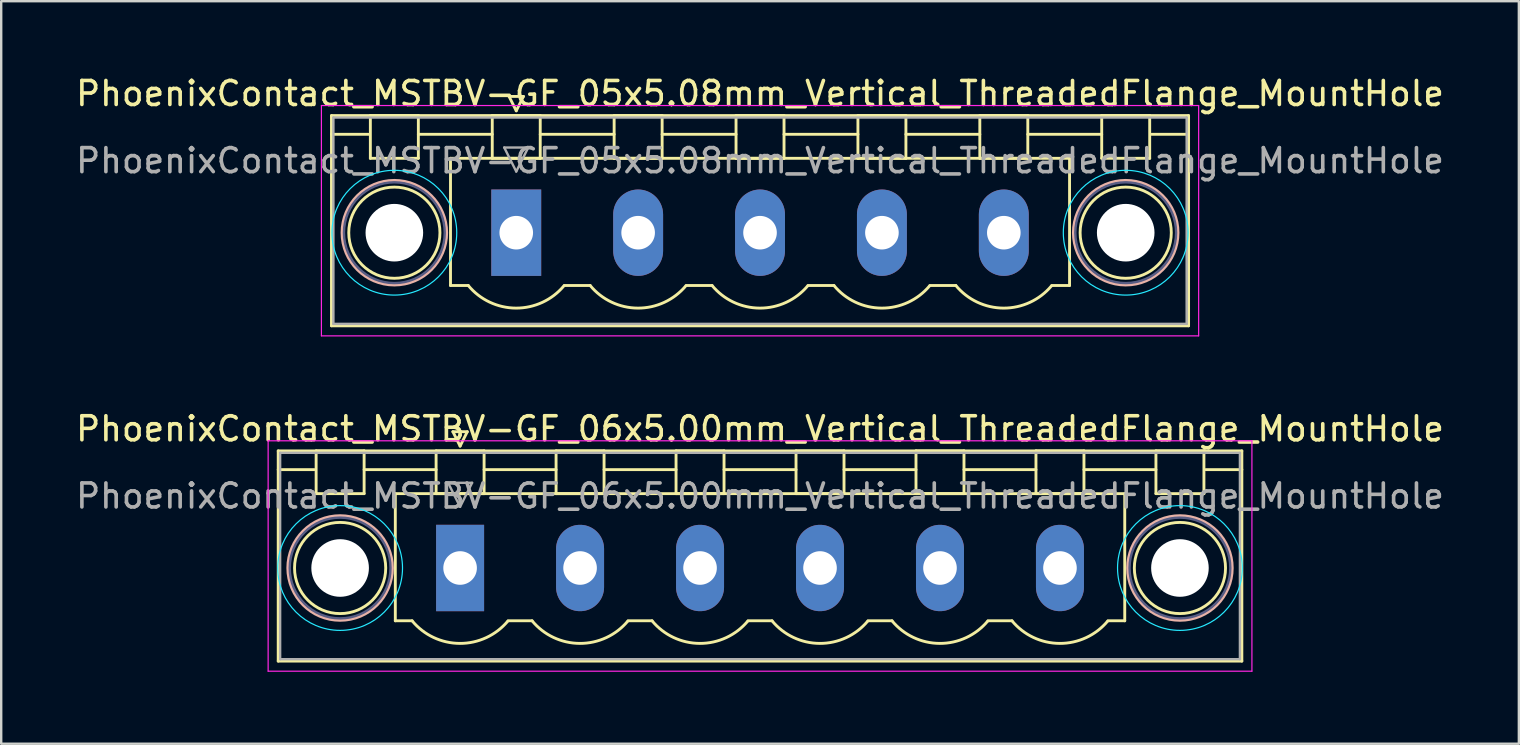
<source format=kicad_pcb>
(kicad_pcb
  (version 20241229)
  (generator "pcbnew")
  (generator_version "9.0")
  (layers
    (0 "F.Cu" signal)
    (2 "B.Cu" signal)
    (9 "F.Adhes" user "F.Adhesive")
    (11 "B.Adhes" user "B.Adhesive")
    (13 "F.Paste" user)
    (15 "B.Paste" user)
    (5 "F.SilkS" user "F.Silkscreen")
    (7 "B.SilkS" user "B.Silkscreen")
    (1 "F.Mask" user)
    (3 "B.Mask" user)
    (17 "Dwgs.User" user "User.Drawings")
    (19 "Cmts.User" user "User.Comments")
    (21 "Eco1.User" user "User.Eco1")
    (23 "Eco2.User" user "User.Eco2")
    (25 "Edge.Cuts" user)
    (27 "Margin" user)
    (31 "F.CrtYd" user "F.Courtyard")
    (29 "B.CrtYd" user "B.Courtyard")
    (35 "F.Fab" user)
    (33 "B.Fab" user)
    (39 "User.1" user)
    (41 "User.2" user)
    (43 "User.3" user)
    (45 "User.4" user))
  (footprint "PhoenixContact_MSTBV-GF_05x5.08mm_Vertical_ThreadedFlange_MountHole"
    (layer "F.Cu")
    (at 18.465 6.648)
    (property "Reference" "PhoenixContact_MSTBV-GF_05x5.08mm_Vertical_ThreadedFlange_MountHole" (at 10.16 -5.8 0) (layer "F.SilkS") (effects (font (size 1 1) (thickness 0.15))))
    (attr through_hole)
    (fp_line (start -7.7 -4.88) (end -7.7 3.88) (stroke (width 0.12) (type solid)) (layer "F.SilkS"))
    (fp_line (start -7.7 -4.1) (end -6.16 -4.1) (stroke (width 0.12) (type solid)) (layer "F.SilkS"))
    (fp_line (start -7.7 3.88) (end 28.02 3.88) (stroke (width 0.12) (type solid)) (layer "F.SilkS"))
    (fp_line (start -6.08 -4.88) (end -4.08 -4.88) (stroke (width 0.12) (type solid)) (layer "F.SilkS"))
    (fp_line (start -6.08 -3.1) (end -6.08 -4.88) (stroke (width 0.12) (type solid)) (layer "F.SilkS"))
    (fp_line (start -4.08 -4.88) (end -4.08 -3.1) (stroke (width 0.12) (type solid)) (layer "F.SilkS"))
    (fp_line (start -4.08 -4.1) (end -1 -4.1) (stroke (width 0.12) (type solid)) (layer "F.SilkS"))
    (fp_line (start -4.08 -3.1) (end -6.08 -3.1) (stroke (width 0.12) (type solid)) (layer "F.SilkS"))
    (fp_line (start -2.74 -3.1) (end 23.06 -3.1) (stroke (width 0.12) (type solid)) (layer "F.SilkS"))
    (fp_line (start -2.74 2.2) (end -2.74 -3.1) (stroke (width 0.12) (type solid)) (layer "F.SilkS"))
    (fp_line (start -2 2.2) (end -2.74 2.2) (stroke (width 0.12) (type solid)) (layer "F.SilkS"))
    (fp_line (start -1 -4.88) (end 1 -4.88) (stroke (width 0.12) (type solid)) (layer "F.SilkS"))
    (fp_line (start -1 -3.1) (end -1 -4.88) (stroke (width 0.12) (type solid)) (layer "F.SilkS"))
    (fp_line (start -0.3 -5.68) (end 0.3 -5.68) (stroke (width 0.12) (type solid)) (layer "F.SilkS"))
    (fp_line (start 0 -5.08) (end -0.3 -5.68) (stroke (width 0.12) (type solid)) (layer "F.SilkS"))
    (fp_line (start 0.3 -5.68) (end 0 -5.08) (stroke (width 0.12) (type solid)) (layer "F.SilkS"))
    (fp_line (start 1 -4.88) (end 1 -3.1) (stroke (width 0.12) (type solid)) (layer "F.SilkS"))
    (fp_line (start 1 -4.1) (end 4.08 -4.1) (stroke (width 0.12) (type solid)) (layer "F.SilkS"))
    (fp_line (start 1 -3.1) (end -1 -3.1) (stroke (width 0.12) (type solid)) (layer "F.SilkS"))
    (fp_line (start 2 2.2) (end 3.08 2.2) (stroke (width 0.12) (type solid)) (layer "F.SilkS"))
    (fp_line (start 4.08 -4.88) (end 6.08 -4.88) (stroke (width 0.12) (type solid)) (layer "F.SilkS"))
    (fp_line (start 4.08 -3.1) (end 4.08 -4.88) (stroke (width 0.12) (type solid)) (layer "F.SilkS"))
    (fp_line (start 6.08 -4.88) (end 6.08 -3.1) (stroke (width 0.12) (type solid)) (layer "F.SilkS"))
    (fp_line (start 6.08 -4.1) (end 9.16 -4.1) (stroke (width 0.12) (type solid)) (layer "F.SilkS"))
    (fp_line (start 6.08 -3.1) (end 4.08 -3.1) (stroke (width 0.12) (type solid)) (layer "F.SilkS"))
    (fp_line (start 7.08 2.2) (end 8.16 2.2) (stroke (width 0.12) (type solid)) (layer "F.SilkS"))
    (fp_line (start 9.16 -4.88) (end 11.16 -4.88) (stroke (width 0.12) (type solid)) (layer "F.SilkS"))
    (fp_line (start 9.16 -3.1) (end 9.16 -4.88) (stroke (width 0.12) (type solid)) (layer "F.SilkS"))
    (fp_line (start 11.16 -4.88) (end 11.16 -3.1) (stroke (width 0.12) (type solid)) (layer "F.SilkS"))
    (fp_line (start 11.16 -4.1) (end 14.24 -4.1) (stroke (width 0.12) (type solid)) (layer "F.SilkS"))
    (fp_line (start 11.16 -3.1) (end 9.16 -3.1) (stroke (width 0.12) (type solid)) (layer "F.SilkS"))
    (fp_line (start 12.16 2.2) (end 13.24 2.2) (stroke (width 0.12) (type solid)) (layer "F.SilkS"))
    (fp_line (start 14.24 -4.88) (end 16.24 -4.88) (stroke (width 0.12) (type solid)) (layer "F.SilkS"))
    (fp_line (start 14.24 -3.1) (end 14.24 -4.88) (stroke (width 0.12) (type solid)) (layer "F.SilkS"))
    (fp_line (start 16.24 -4.88) (end 16.24 -3.1) (stroke (width 0.12) (type solid)) (layer "F.SilkS"))
    (fp_line (start 16.24 -4.1) (end 19.32 -4.1) (stroke (width 0.12) (type solid)) (layer "F.SilkS"))
    (fp_line (start 16.24 -3.1) (end 14.24 -3.1) (stroke (width 0.12) (type solid)) (layer "F.SilkS"))
    (fp_line (start 17.24 2.2) (end 18.32 2.2) (stroke (width 0.12) (type solid)) (layer "F.SilkS"))
    (fp_line (start 19.32 -4.88) (end 21.32 -4.88) (stroke (width 0.12) (type solid)) (layer "F.SilkS"))
    (fp_line (start 19.32 -3.1) (end 19.32 -4.88) (stroke (width 0.12) (type solid)) (layer "F.SilkS"))
    (fp_line (start 21.32 -4.88) (end 21.32 -3.1) (stroke (width 0.12) (type solid)) (layer "F.SilkS"))
    (fp_line (start 21.32 -4.1) (end 24.4 -4.1) (stroke (width 0.12) (type solid)) (layer "F.SilkS"))
    (fp_line (start 21.32 -3.1) (end 19.32 -3.1) (stroke (width 0.12) (type solid)) (layer "F.SilkS"))
    (fp_line (start 23.06 -3.1) (end 23.06 2.2) (stroke (width 0.12) (type solid)) (layer "F.SilkS"))
    (fp_line (start 23.06 2.2) (end 22.32 2.2) (stroke (width 0.12) (type solid)) (layer "F.SilkS"))
    (fp_line (start 24.4 -4.88) (end 26.4 -4.88) (stroke (width 0.12) (type solid)) (layer "F.SilkS"))
    (fp_line (start 24.4 -3.1) (end 24.4 -4.88) (stroke (width 0.12) (type solid)) (layer "F.SilkS"))
    (fp_line (start 26.4 -4.88) (end 26.4 -3.1) (stroke (width 0.12) (type solid)) (layer "F.SilkS"))
    (fp_line (start 26.4 -3.1) (end 24.4 -3.1) (stroke (width 0.12) (type solid)) (layer "F.SilkS"))
    (fp_line (start 28.02 -4.88) (end -7.7 -4.88) (stroke (width 0.12) (type solid)) (layer "F.SilkS"))
    (fp_line (start 28.02 -4.1) (end 26.48 -4.1) (stroke (width 0.12) (type solid)) (layer "F.SilkS"))
    (fp_line (start 28.02 3.88) (end 28.02 -4.88) (stroke (width 0.12) (type solid)) (layer "F.SilkS"))
    (fp_arc (start 1.986842 2.215821) (mid -0.010289 3.142758) (end -2 2.2) (stroke (width 0.12) (type solid)) (layer "F.SilkS"))
    (fp_arc (start 7.066842 2.215821) (mid 5.069711 3.142758) (end 3.08 2.2) (stroke (width 0.12) (type solid)) (layer "F.SilkS"))
    (fp_arc (start 12.146842 2.215821) (mid 10.149711 3.142758) (end 8.16 2.2) (stroke (width 0.12) (type solid)) (layer "F.SilkS"))
    (fp_arc (start 17.226842 2.215821) (mid 15.229711 3.142758) (end 13.24 2.2) (stroke (width 0.12) (type solid)) (layer "F.SilkS"))
    (fp_arc (start 22.306842 2.215821) (mid 20.309711 3.142758) (end 18.32 2.2) (stroke (width 0.12) (type solid)) (layer "F.SilkS"))
    (fp_circle (center -5.08 0) (end -3.18 0) (stroke (width 0.12) (type solid)) (fill no) (layer "F.SilkS"))
    (fp_circle (center 25.4 0) (end 27.3 0) (stroke (width 0.12) (type solid)) (fill no) (layer "F.SilkS"))
    (fp_circle (center -5.08 0) (end -2.9 0) (stroke (width 0.12) (type solid)) (fill no) (layer "B.SilkS"))
    (fp_circle (center 25.4 0) (end 27.58 0) (stroke (width 0.12) (type solid)) (fill no) (layer "B.SilkS"))
    (fp_circle (center -5.08 0) (end -2.48 0) (stroke (width 0.05) (type solid)) (fill no) (layer "B.CrtYd"))
    (fp_circle (center 25.4 0) (end 28 0) (stroke (width 0.05) (type solid)) (fill no) (layer "B.CrtYd"))
    (fp_line (start -8.12 -5.3) (end -8.12 4.3) (stroke (width 0.05) (type solid)) (layer "F.CrtYd"))
    (fp_line (start -8.12 4.3) (end 28.44 4.3) (stroke (width 0.05) (type solid)) (layer "F.CrtYd"))
    (fp_line (start 28.44 -5.3) (end -8.12 -5.3) (stroke (width 0.05) (type solid)) (layer "F.CrtYd"))
    (fp_line (start 28.44 4.3) (end 28.44 -5.3) (stroke (width 0.05) (type solid)) (layer "F.CrtYd"))
    (fp_circle (center -5.08 0) (end -2.98 0) (stroke (width 0.1) (type solid)) (fill no) (layer "B.Fab"))
    (fp_circle (center 25.4 0) (end 27.5 0) (stroke (width 0.1) (type solid)) (fill no) (layer "B.Fab"))
    (fp_line (start -7.62 -4.8) (end -7.62 3.8) (stroke (width 0.1) (type solid)) (layer "F.Fab"))
    (fp_line (start -7.62 3.8) (end 27.94 3.8) (stroke (width 0.1) (type solid)) (layer "F.Fab"))
    (fp_line (start -0.5 -3.55) (end 0.5 -3.55) (stroke (width 0.1) (type solid)) (layer "F.Fab"))
    (fp_line (start 0 -2.55) (end -0.5 -3.55) (stroke (width 0.1) (type solid)) (layer "F.Fab"))
    (fp_line (start 0.5 -3.55) (end 0 -2.55) (stroke (width 0.1) (type solid)) (layer "F.Fab"))
    (fp_line (start 27.94 -4.8) (end -7.62 -4.8) (stroke (width 0.1) (type solid)) (layer "F.Fab"))
    (fp_line (start 27.94 3.8) (end 27.94 -4.8) (stroke (width 0.1) (type solid)) (layer "F.Fab"))
    (fp_text user "${REFERENCE}" (at 10.16 -3 0) (layer "F.Fab") (effects (font (size 1 1) (thickness 0.15))))
    (pad "" np_thru_hole circle (at -5.08 0) (size 2.4 2.4) (drill 2.4) (layers "*.Cu" "*.Mask"))
    (pad "" np_thru_hole circle (at 25.4 0) (size 2.4 2.4) (drill 2.4) (layers "*.Cu" "*.Mask"))
    (pad "1" thru_hole rect (at 0 0) (size 2.08 3.6) (drill 1.4) (layers "*.Cu" "*.Mask"))
    (pad "2" thru_hole oval (at 5.08 0) (size 2.08 3.6) (drill 1.4) (layers "*.Cu" "*.Mask"))
    (pad "3" thru_hole oval (at 10.16 0) (size 2.08 3.6) (drill 1.4) (layers "*.Cu" "*.Mask"))
    (pad "4" thru_hole oval (at 15.24 0) (size 2.08 3.6) (drill 1.4) (layers "*.Cu" "*.Mask"))
    (pad "5" thru_hole oval (at 20.32 0) (size 2.08 3.6) (drill 1.4) (layers "*.Cu" "*.Mask")))
  (footprint "PhoenixContact_MSTBV-GF_06x5.00mm_Vertical_ThreadedFlange_MountHole"
    (layer "F.Cu")
    (at 16.125 20.622)
    (property "Reference" "PhoenixContact_MSTBV-GF_06x5.00mm_Vertical_ThreadedFlange_MountHole" (at 12.5 -5.8 0) (layer "F.SilkS") (effects (font (size 1 1) (thickness 0.15))))
    (attr through_hole)
    (fp_line (start -7.58 -4.88) (end -7.58 3.88) (stroke (width 0.12) (type solid)) (layer "F.SilkS"))
    (fp_line (start -7.58 -4.1) (end -6.08 -4.1) (stroke (width 0.12) (type solid)) (layer "F.SilkS"))
    (fp_line (start -7.58 3.88) (end 32.58 3.88) (stroke (width 0.12) (type solid)) (layer "F.SilkS"))
    (fp_line (start -6 -4.88) (end -4 -4.88) (stroke (width 0.12) (type solid)) (layer "F.SilkS"))
    (fp_line (start -6 -3.1) (end -6 -4.88) (stroke (width 0.12) (type solid)) (layer "F.SilkS"))
    (fp_line (start -4 -4.88) (end -4 -3.1) (stroke (width 0.12) (type solid)) (layer "F.SilkS"))
    (fp_line (start -4 -4.1) (end -1 -4.1) (stroke (width 0.12) (type solid)) (layer "F.SilkS"))
    (fp_line (start -4 -3.1) (end -6 -3.1) (stroke (width 0.12) (type solid)) (layer "F.SilkS"))
    (fp_line (start -2.7 -3.1) (end 27.7 -3.1) (stroke (width 0.12) (type solid)) (layer "F.SilkS"))
    (fp_line (start -2.7 2.2) (end -2.7 -3.1) (stroke (width 0.12) (type solid)) (layer "F.SilkS"))
    (fp_line (start -2 2.2) (end -2.7 2.2) (stroke (width 0.12) (type solid)) (layer "F.SilkS"))
    (fp_line (start -1 -4.88) (end 1 -4.88) (stroke (width 0.12) (type solid)) (layer "F.SilkS"))
    (fp_line (start -1 -3.1) (end -1 -4.88) (stroke (width 0.12) (type solid)) (layer "F.SilkS"))
    (fp_line (start -0.3 -5.68) (end 0.3 -5.68) (stroke (width 0.12) (type solid)) (layer "F.SilkS"))
    (fp_line (start 0 -5.08) (end -0.3 -5.68) (stroke (width 0.12) (type solid)) (layer "F.SilkS"))
    (fp_line (start 0.3 -5.68) (end 0 -5.08) (stroke (width 0.12) (type solid)) (layer "F.SilkS"))
    (fp_line (start 1 -4.88) (end 1 -3.1) (stroke (width 0.12) (type solid)) (layer "F.SilkS"))
    (fp_line (start 1 -4.1) (end 4 -4.1) (stroke (width 0.12) (type solid)) (layer "F.SilkS"))
    (fp_line (start 1 -3.1) (end -1 -3.1) (stroke (width 0.12) (type solid)) (layer "F.SilkS"))
    (fp_line (start 2 2.2) (end 3 2.2) (stroke (width 0.12) (type solid)) (layer "F.SilkS"))
    (fp_line (start 4 -4.88) (end 6 -4.88) (stroke (width 0.12) (type solid)) (layer "F.SilkS"))
    (fp_line (start 4 -3.1) (end 4 -4.88) (stroke (width 0.12) (type solid)) (layer "F.SilkS"))
    (fp_line (start 6 -4.88) (end 6 -3.1) (stroke (width 0.12) (type solid)) (layer "F.SilkS"))
    (fp_line (start 6 -4.1) (end 9 -4.1) (stroke (width 0.12) (type solid)) (layer "F.SilkS"))
    (fp_line (start 6 -3.1) (end 4 -3.1) (stroke (width 0.12) (type solid)) (layer "F.SilkS"))
    (fp_line (start 7 2.2) (end 8 2.2) (stroke (width 0.12) (type solid)) (layer "F.SilkS"))
    (fp_line (start 9 -4.88) (end 11 -4.88) (stroke (width 0.12) (type solid)) (layer "F.SilkS"))
    (fp_line (start 9 -3.1) (end 9 -4.88) (stroke (width 0.12) (type solid)) (layer "F.SilkS"))
    (fp_line (start 11 -4.88) (end 11 -3.1) (stroke (width 0.12) (type solid)) (layer "F.SilkS"))
    (fp_line (start 11 -4.1) (end 14 -4.1) (stroke (width 0.12) (type solid)) (layer "F.SilkS"))
    (fp_line (start 11 -3.1) (end 9 -3.1) (stroke (width 0.12) (type solid)) (layer "F.SilkS"))
    (fp_line (start 12 2.2) (end 13 2.2) (stroke (width 0.12) (type solid)) (layer "F.SilkS"))
    (fp_line (start 14 -4.88) (end 16 -4.88) (stroke (width 0.12) (type solid)) (layer "F.SilkS"))
    (fp_line (start 14 -3.1) (end 14 -4.88) (stroke (width 0.12) (type solid)) (layer "F.SilkS"))
    (fp_line (start 16 -4.88) (end 16 -3.1) (stroke (width 0.12) (type solid)) (layer "F.SilkS"))
    (fp_line (start 16 -4.1) (end 19 -4.1) (stroke (width 0.12) (type solid)) (layer "F.SilkS"))
    (fp_line (start 16 -3.1) (end 14 -3.1) (stroke (width 0.12) (type solid)) (layer "F.SilkS"))
    (fp_line (start 17 2.2) (end 18 2.2) (stroke (width 0.12) (type solid)) (layer "F.SilkS"))
    (fp_line (start 19 -4.88) (end 21 -4.88) (stroke (width 0.12) (type solid)) (layer "F.SilkS"))
    (fp_line (start 19 -3.1) (end 19 -4.88) (stroke (width 0.12) (type solid)) (layer "F.SilkS"))
    (fp_line (start 21 -4.88) (end 21 -3.1) (stroke (width 0.12) (type solid)) (layer "F.SilkS"))
    (fp_line (start 21 -4.1) (end 24 -4.1) (stroke (width 0.12) (type solid)) (layer "F.SilkS"))
    (fp_line (start 21 -3.1) (end 19 -3.1) (stroke (width 0.12) (type solid)) (layer "F.SilkS"))
    (fp_line (start 22 2.2) (end 23 2.2) (stroke (width 0.12) (type solid)) (layer "F.SilkS"))
    (fp_line (start 24 -4.88) (end 26 -4.88) (stroke (width 0.12) (type solid)) (layer "F.SilkS"))
    (fp_line (start 24 -3.1) (end 24 -4.88) (stroke (width 0.12) (type solid)) (layer "F.SilkS"))
    (fp_line (start 26 -4.88) (end 26 -3.1) (stroke (width 0.12) (type solid)) (layer "F.SilkS"))
    (fp_line (start 26 -4.1) (end 29 -4.1) (stroke (width 0.12) (type solid)) (layer "F.SilkS"))
    (fp_line (start 26 -3.1) (end 24 -3.1) (stroke (width 0.12) (type solid)) (layer "F.SilkS"))
    (fp_line (start 27.7 -3.1) (end 27.7 2.2) (stroke (width 0.12) (type solid)) (layer "F.SilkS"))
    (fp_line (start 27.7 2.2) (end 27 2.2) (stroke (width 0.12) (type solid)) (layer "F.SilkS"))
    (fp_line (start 29 -4.88) (end 31 -4.88) (stroke (width 0.12) (type solid)) (layer "F.SilkS"))
    (fp_line (start 29 -3.1) (end 29 -4.88) (stroke (width 0.12) (type solid)) (layer "F.SilkS"))
    (fp_line (start 31 -4.88) (end 31 -3.1) (stroke (width 0.12) (type solid)) (layer "F.SilkS"))
    (fp_line (start 31 -3.1) (end 29 -3.1) (stroke (width 0.12) (type solid)) (layer "F.SilkS"))
    (fp_line (start 32.58 -4.88) (end -7.58 -4.88) (stroke (width 0.12) (type solid)) (layer "F.SilkS"))
    (fp_line (start 32.58 -4.1) (end 31.08 -4.1) (stroke (width 0.12) (type solid)) (layer "F.SilkS"))
    (fp_line (start 32.58 3.88) (end 32.58 -4.88) (stroke (width 0.12) (type solid)) (layer "F.SilkS"))
    (fp_arc (start 1.986842 2.215821) (mid -0.010289 3.142758) (end -2 2.2) (stroke (width 0.12) (type solid)) (layer "F.SilkS"))
    (fp_arc (start 6.986842 2.215821) (mid 4.989711 3.142758) (end 3 2.2) (stroke (width 0.12) (type solid)) (layer "F.SilkS"))
    (fp_arc (start 11.986842 2.215821) (mid 9.989711 3.142758) (end 8 2.2) (stroke (width 0.12) (type solid)) (layer "F.SilkS"))
    (fp_arc (start 16.986842 2.215821) (mid 14.989711 3.142758) (end 13 2.2) (stroke (width 0.12) (type solid)) (layer "F.SilkS"))
    (fp_arc (start 21.986842 2.215821) (mid 19.989711 3.142758) (end 18 2.2) (stroke (width 0.12) (type solid)) (layer "F.SilkS"))
    (fp_arc (start 26.986842 2.215821) (mid 24.989711 3.142758) (end 23 2.2) (stroke (width 0.12) (type solid)) (layer "F.SilkS"))
    (fp_circle (center -5 0) (end -3.1 0) (stroke (width 0.12) (type solid)) (fill no) (layer "F.SilkS"))
    (fp_circle (center 30 0) (end 31.9 0) (stroke (width 0.12) (type solid)) (fill no) (layer "F.SilkS"))
    (fp_circle (center -5 0) (end -2.82 0) (stroke (width 0.12) (type solid)) (fill no) (layer "B.SilkS"))
    (fp_circle (center 30 0) (end 32.18 0) (stroke (width 0.12) (type solid)) (fill no) (layer "B.SilkS"))
    (fp_circle (center -5 0) (end -2.4 0) (stroke (width 0.05) (type solid)) (fill no) (layer "B.CrtYd"))
    (fp_circle (center 30 0) (end 32.6 0) (stroke (width 0.05) (type solid)) (fill no) (layer "B.CrtYd"))
    (fp_line (start -8 -5.3) (end -8 4.3) (stroke (width 0.05) (type solid)) (layer "F.CrtYd"))
    (fp_line (start -8 4.3) (end 33 4.3) (stroke (width 0.05) (type solid)) (layer "F.CrtYd"))
    (fp_line (start 33 -5.3) (end -8 -5.3) (stroke (width 0.05) (type solid)) (layer "F.CrtYd"))
    (fp_line (start 33 4.3) (end 33 -5.3) (stroke (width 0.05) (type solid)) (layer "F.CrtYd"))
    (fp_circle (center -5 0) (end -2.9 0) (stroke (width 0.1) (type solid)) (fill no) (layer "B.Fab"))
    (fp_circle (center 30 0) (end 32.1 0) (stroke (width 0.1) (type solid)) (fill no) (layer "B.Fab"))
    (fp_line (start -7.5 -4.8) (end -7.5 3.8) (stroke (width 0.1) (type solid)) (layer "F.Fab"))
    (fp_line (start -7.5 3.8) (end 32.5 3.8) (stroke (width 0.1) (type solid)) (layer "F.Fab"))
    (fp_line (start -0.5 -3.55) (end 0.5 -3.55) (stroke (width 0.1) (type solid)) (layer "F.Fab"))
    (fp_line (start 0 -2.55) (end -0.5 -3.55) (stroke (width 0.1) (type solid)) (layer "F.Fab"))
    (fp_line (start 0.5 -3.55) (end 0 -2.55) (stroke (width 0.1) (type solid)) (layer "F.Fab"))
    (fp_line (start 32.5 -4.8) (end -7.5 -4.8) (stroke (width 0.1) (type solid)) (layer "F.Fab"))
    (fp_line (start 32.5 3.8) (end 32.5 -4.8) (stroke (width 0.1) (type solid)) (layer "F.Fab"))
    (fp_text user "${REFERENCE}" (at 12.5 -3 0) (layer "F.Fab") (effects (font (size 1 1) (thickness 0.15))))
    (pad "" np_thru_hole circle (at -5 0) (size 2.4 2.4) (drill 2.4) (layers "*.Cu" "*.Mask"))
    (pad "" np_thru_hole circle (at 30 0) (size 2.4 2.4) (drill 2.4) (layers "*.Cu" "*.Mask"))
    (pad "1" thru_hole rect (at 0 0) (size 2 3.6) (drill 1.4) (layers "*.Cu" "*.Mask"))
    (pad "2" thru_hole oval (at 5 0) (size 2 3.6) (drill 1.4) (layers "*.Cu" "*.Mask"))
    (pad "3" thru_hole oval (at 10 0) (size 2 3.6) (drill 1.4) (layers "*.Cu" "*.Mask"))
    (pad "4" thru_hole oval (at 15 0) (size 2 3.6) (drill 1.4) (layers "*.Cu" "*.Mask"))
    (pad "5" thru_hole oval (at 20 0) (size 2 3.6) (drill 1.4) (layers "*.Cu" "*.Mask"))
    (pad "6" thru_hole oval (at 25 0) (size 2 3.6) (drill 1.4) (layers "*.Cu" "*.Mask")))
  (gr_rect
    (start -3 -3)
    (end 60.25 27.947)
    (stroke (width 0.1) (type default))
    (fill no)
    (layer "Edge.Cuts")))
</source>
